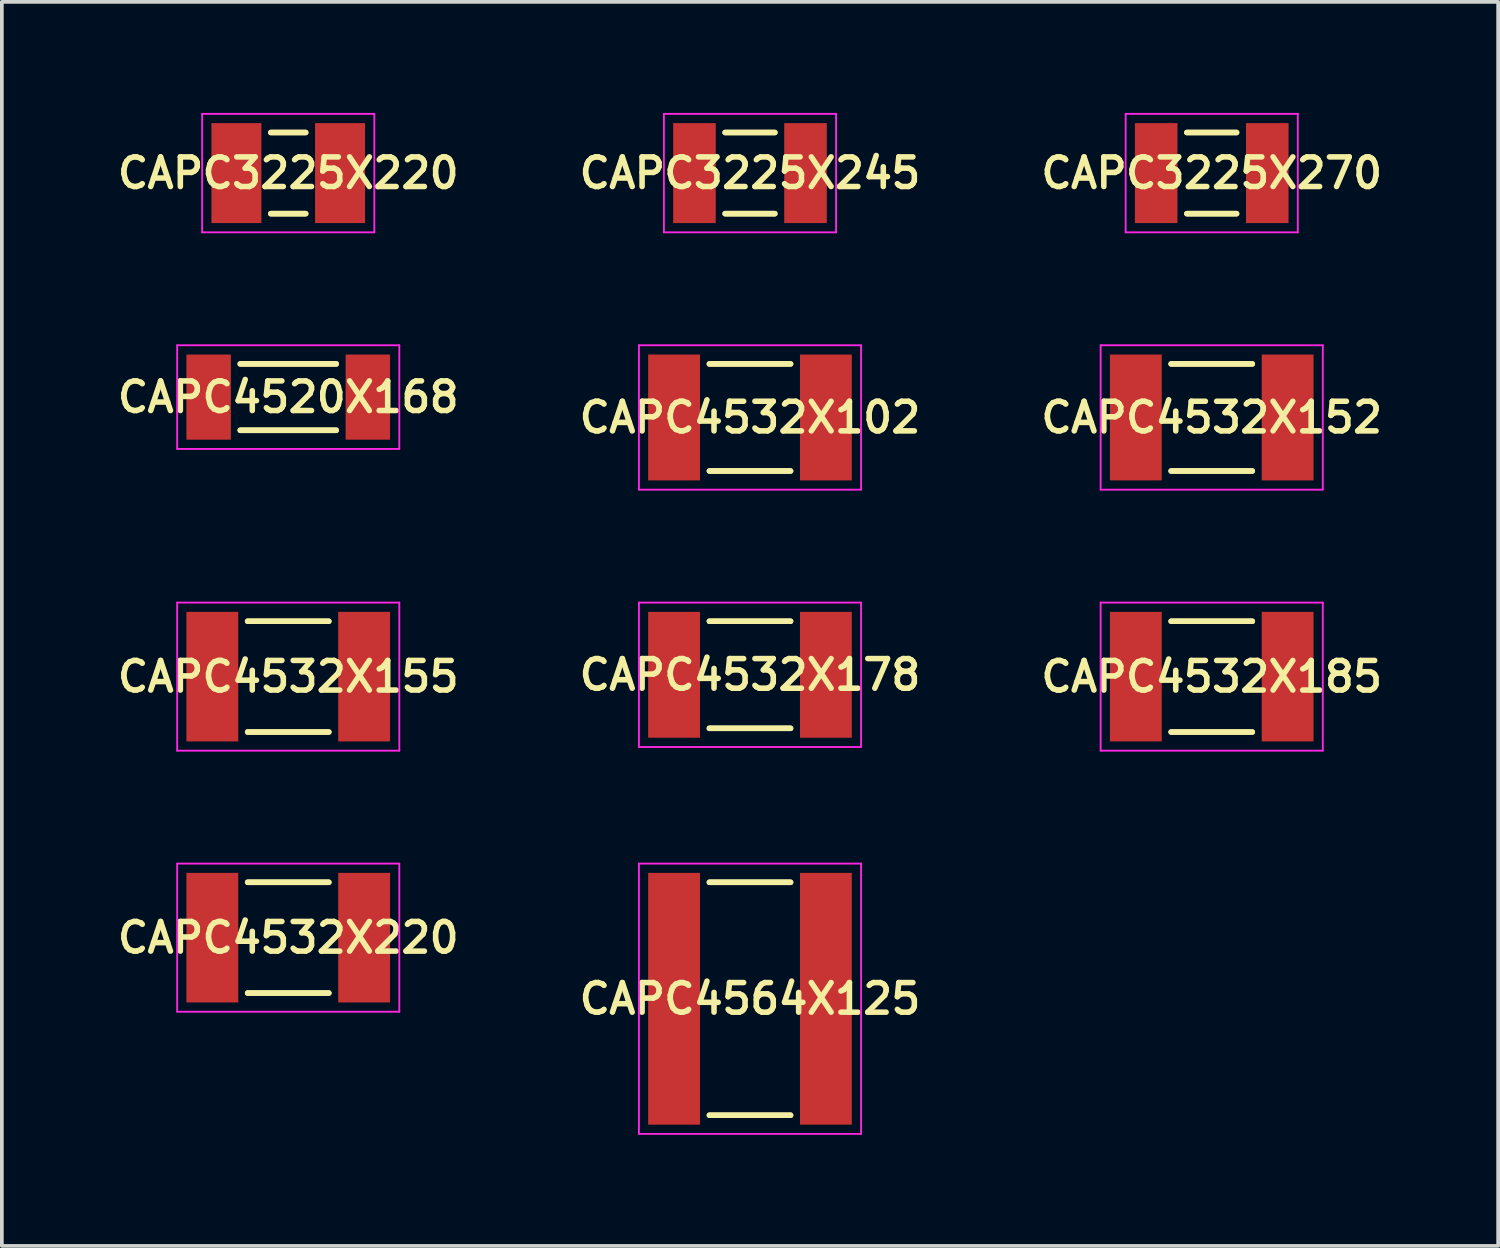
<source format=kicad_pcb>
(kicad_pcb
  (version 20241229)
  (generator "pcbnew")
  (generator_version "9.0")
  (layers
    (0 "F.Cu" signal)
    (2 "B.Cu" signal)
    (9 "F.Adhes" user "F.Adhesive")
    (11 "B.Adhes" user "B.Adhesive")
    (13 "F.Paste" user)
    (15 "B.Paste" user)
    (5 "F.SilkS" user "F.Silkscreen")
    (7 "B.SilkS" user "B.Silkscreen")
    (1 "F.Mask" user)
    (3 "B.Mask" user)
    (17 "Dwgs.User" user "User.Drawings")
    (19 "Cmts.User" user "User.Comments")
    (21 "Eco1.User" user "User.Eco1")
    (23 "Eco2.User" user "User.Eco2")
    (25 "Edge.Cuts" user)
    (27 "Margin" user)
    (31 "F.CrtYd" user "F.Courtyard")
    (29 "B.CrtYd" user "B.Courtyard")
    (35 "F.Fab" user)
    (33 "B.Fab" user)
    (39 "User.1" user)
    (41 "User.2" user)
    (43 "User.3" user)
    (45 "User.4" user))
  (footprint "CAPC4532X220"
    (layer "F.Cu")
    (at 4.735 22.275)
    (property "Reference" "CAPC4532X220" (at 0 0 0) (layer "F.SilkS") (effects (font (size 0.8 0.8) (thickness 0.15))))
    (attr smd)
    (fp_line (start -1.096 -1.496) (end 1.096 -1.496) (stroke (width 0.15) (type solid)) (layer "F.SilkS"))
    (fp_line (start -1.096 1.496) (end 1.096 1.496) (stroke (width 0.15) (type solid)) (layer "F.SilkS"))
    (fp_line (start 1.096 -1.496) (end -1.096 -1.496) (stroke (width 0.15) (type solid)) (layer "F.SilkS"))
    (fp_line (start 1.096 1.496) (end -1.096 1.496) (stroke (width 0.15) (type solid)) (layer "F.SilkS"))
    (fp_line (start -3 -2) (end 3 -2) (stroke (width 0.05) (type solid)) (layer "F.CrtYd"))
    (fp_line (start -3 2) (end -3 -2) (stroke (width 0.05) (type solid)) (layer "F.CrtYd"))
    (fp_line (start 3 -2) (end 3 2) (stroke (width 0.05) (type solid)) (layer "F.CrtYd"))
    (fp_line (start 3 2) (end -3 2) (stroke (width 0.05) (type solid)) (layer "F.CrtYd"))
    (pad "1" smd rect (at -2.05 0) (size 1.4 3.5) (layers "F.Cu" "F.Mask" "F.Paste"))
    (pad "2" smd rect (at 2.05 0) (size 1.4 3.5) (layers "F.Cu" "F.Mask" "F.Paste")))
  (footprint "CAPC3225X270"
    (layer "F.Cu")
    (at 29.677 1.625)
    (property "Reference" "CAPC3225X270" (at 0 0 0) (layer "F.SilkS") (effects (font (size 0.8 0.8) (thickness 0.15))))
    (attr smd)
    (fp_line (start -0.671 -1.096) (end 0.671 -1.096) (stroke (width 0.15) (type solid)) (layer "F.SilkS"))
    (fp_line (start -0.671 1.096) (end 0.671 1.096) (stroke (width 0.15) (type solid)) (layer "F.SilkS"))
    (fp_line (start 0.671 -1.096) (end -0.671 -1.096) (stroke (width 0.15) (type solid)) (layer "F.SilkS"))
    (fp_line (start 0.671 1.096) (end -0.671 1.096) (stroke (width 0.15) (type solid)) (layer "F.SilkS"))
    (fp_line (start -2.325 -1.6) (end 2.325 -1.6) (stroke (width 0.05) (type solid)) (layer "F.CrtYd"))
    (fp_line (start -2.325 1.6) (end -2.325 -1.6) (stroke (width 0.05) (type solid)) (layer "F.CrtYd"))
    (fp_line (start 2.325 -1.6) (end 2.325 1.6) (stroke (width 0.05) (type solid)) (layer "F.CrtYd"))
    (fp_line (start 2.325 1.6) (end -2.325 1.6) (stroke (width 0.05) (type solid)) (layer "F.CrtYd"))
    (pad "1" smd rect (at -1.5 0) (size 1.15 2.7) (layers "F.Cu" "F.Mask" "F.Paste"))
    (pad "2" smd rect (at 1.5 0) (size 1.15 2.7) (layers "F.Cu" "F.Mask" "F.Paste")))
  (footprint "CAPC3225X220"
    (layer "F.Cu")
    (at 4.735 1.625)
    (property "Reference" "CAPC3225X220" (at 0 0 0) (layer "F.SilkS") (effects (font (size 0.8 0.8) (thickness 0.15))))
    (attr smd)
    (fp_line (start -0.471 -1.096) (end 0.471 -1.096) (stroke (width 0.15) (type solid)) (layer "F.SilkS"))
    (fp_line (start -0.471 1.096) (end 0.471 1.096) (stroke (width 0.15) (type solid)) (layer "F.SilkS"))
    (fp_line (start 0.471 -1.096) (end -0.471 -1.096) (stroke (width 0.15) (type solid)) (layer "F.SilkS"))
    (fp_line (start 0.471 1.096) (end -0.471 1.096) (stroke (width 0.15) (type solid)) (layer "F.SilkS"))
    (fp_line (start -2.325 -1.6) (end 2.325 -1.6) (stroke (width 0.05) (type solid)) (layer "F.CrtYd"))
    (fp_line (start -2.325 1.6) (end -2.325 -1.6) (stroke (width 0.05) (type solid)) (layer "F.CrtYd"))
    (fp_line (start 2.325 -1.6) (end 2.325 1.6) (stroke (width 0.05) (type solid)) (layer "F.CrtYd"))
    (fp_line (start 2.325 1.6) (end -2.325 1.6) (stroke (width 0.05) (type solid)) (layer "F.CrtYd"))
    (pad "1" smd rect (at -1.4 0) (size 1.35 2.7) (layers "F.Cu" "F.Mask" "F.Paste"))
    (pad "2" smd rect (at 1.4 0) (size 1.35 2.7) (layers "F.Cu" "F.Mask" "F.Paste")))
  (footprint "CAPC4520X168"
    (layer "F.Cu")
    (at 4.735 7.675)
    (property "Reference" "CAPC4520X168" (at 0 0 0) (layer "F.SilkS") (effects (font (size 0.8 0.8) (thickness 0.15))))
    (attr smd)
    (fp_line (start -1.296 -0.896) (end 1.296 -0.896) (stroke (width 0.15) (type solid)) (layer "F.SilkS"))
    (fp_line (start -1.296 0.896) (end 1.296 0.896) (stroke (width 0.15) (type solid)) (layer "F.SilkS"))
    (fp_line (start 1.296 -0.896) (end -1.296 -0.896) (stroke (width 0.15) (type solid)) (layer "F.SilkS"))
    (fp_line (start 1.296 0.896) (end -1.296 0.896) (stroke (width 0.15) (type solid)) (layer "F.SilkS"))
    (fp_line (start -3 -1.4) (end 3 -1.4) (stroke (width 0.05) (type solid)) (layer "F.CrtYd"))
    (fp_line (start -3 1.4) (end -3 -1.4) (stroke (width 0.05) (type solid)) (layer "F.CrtYd"))
    (fp_line (start 3 -1.4) (end 3 1.4) (stroke (width 0.05) (type solid)) (layer "F.CrtYd"))
    (fp_line (start 3 1.4) (end -3 1.4) (stroke (width 0.05) (type solid)) (layer "F.CrtYd"))
    (pad "1" smd rect (at -2.15 0) (size 1.2 2.3) (layers "F.Cu" "F.Mask" "F.Paste"))
    (pad "2" smd rect (at 2.15 0) (size 1.2 2.3) (layers "F.Cu" "F.Mask" "F.Paste")))
  (footprint "CAPC4532X155"
    (layer "F.Cu")
    (at 4.735 15.225)
    (property "Reference" "CAPC4532X155" (at 0 0 0) (layer "F.SilkS") (effects (font (size 0.8 0.8) (thickness 0.15))))
    (attr smd)
    (fp_line (start -1.096 -1.496) (end 1.096 -1.496) (stroke (width 0.15) (type solid)) (layer "F.SilkS"))
    (fp_line (start -1.096 1.496) (end 1.096 1.496) (stroke (width 0.15) (type solid)) (layer "F.SilkS"))
    (fp_line (start 1.096 -1.496) (end -1.096 -1.496) (stroke (width 0.15) (type solid)) (layer "F.SilkS"))
    (fp_line (start 1.096 1.496) (end -1.096 1.496) (stroke (width 0.15) (type solid)) (layer "F.SilkS"))
    (fp_line (start -3 -2) (end 3 -2) (stroke (width 0.05) (type solid)) (layer "F.CrtYd"))
    (fp_line (start -3 2) (end -3 -2) (stroke (width 0.05) (type solid)) (layer "F.CrtYd"))
    (fp_line (start 3 -2) (end 3 2) (stroke (width 0.05) (type solid)) (layer "F.CrtYd"))
    (fp_line (start 3 2) (end -3 2) (stroke (width 0.05) (type solid)) (layer "F.CrtYd"))
    (pad "1" smd rect (at -2.05 0) (size 1.4 3.5) (layers "F.Cu" "F.Mask" "F.Paste"))
    (pad "2" smd rect (at 2.05 0) (size 1.4 3.5) (layers "F.Cu" "F.Mask" "F.Paste")))
  (footprint "CAPC4532X152"
    (layer "F.Cu")
    (at 29.677 8.225)
    (property "Reference" "CAPC4532X152" (at 0 0 0) (layer "F.SilkS") (effects (font (size 0.8 0.8) (thickness 0.15))))
    (attr smd)
    (fp_line (start -1.096 -1.446) (end 1.096 -1.446) (stroke (width 0.15) (type solid)) (layer "F.SilkS"))
    (fp_line (start -1.096 1.446) (end 1.096 1.446) (stroke (width 0.15) (type solid)) (layer "F.SilkS"))
    (fp_line (start 1.096 -1.446) (end -1.096 -1.446) (stroke (width 0.15) (type solid)) (layer "F.SilkS"))
    (fp_line (start 1.096 1.446) (end -1.096 1.446) (stroke (width 0.15) (type solid)) (layer "F.SilkS"))
    (fp_line (start -3 -1.95) (end 3 -1.95) (stroke (width 0.05) (type solid)) (layer "F.CrtYd"))
    (fp_line (start -3 1.95) (end -3 -1.95) (stroke (width 0.05) (type solid)) (layer "F.CrtYd"))
    (fp_line (start 3 -1.95) (end 3 1.95) (stroke (width 0.05) (type solid)) (layer "F.CrtYd"))
    (fp_line (start 3 1.95) (end -3 1.95) (stroke (width 0.05) (type solid)) (layer "F.CrtYd"))
    (pad "1" smd rect (at -2.05 0) (size 1.4 3.4) (layers "F.Cu" "F.Mask" "F.Paste"))
    (pad "2" smd rect (at 2.05 0) (size 1.4 3.4) (layers "F.Cu" "F.Mask" "F.Paste")))
  (footprint "CAPC4532X178"
    (layer "F.Cu")
    (at 17.206 15.175)
    (property "Reference" "CAPC4532X178" (at 0 0 0) (layer "F.SilkS") (effects (font (size 0.8 0.8) (thickness 0.15))))
    (attr smd)
    (fp_line (start -1.096 -1.446) (end 1.096 -1.446) (stroke (width 0.15) (type solid)) (layer "F.SilkS"))
    (fp_line (start -1.096 1.446) (end 1.096 1.446) (stroke (width 0.15) (type solid)) (layer "F.SilkS"))
    (fp_line (start 1.096 -1.446) (end -1.096 -1.446) (stroke (width 0.15) (type solid)) (layer "F.SilkS"))
    (fp_line (start 1.096 1.446) (end -1.096 1.446) (stroke (width 0.15) (type solid)) (layer "F.SilkS"))
    (fp_line (start -3 -1.95) (end 3 -1.95) (stroke (width 0.05) (type solid)) (layer "F.CrtYd"))
    (fp_line (start -3 1.95) (end -3 -1.95) (stroke (width 0.05) (type solid)) (layer "F.CrtYd"))
    (fp_line (start 3 -1.95) (end 3 1.95) (stroke (width 0.05) (type solid)) (layer "F.CrtYd"))
    (fp_line (start 3 1.95) (end -3 1.95) (stroke (width 0.05) (type solid)) (layer "F.CrtYd"))
    (pad "1" smd rect (at -2.05 0) (size 1.4 3.4) (layers "F.Cu" "F.Mask" "F.Paste"))
    (pad "2" smd rect (at 2.05 0) (size 1.4 3.4) (layers "F.Cu" "F.Mask" "F.Paste")))
  (footprint "CAPC4532X102"
    (layer "F.Cu")
    (at 17.206 8.225)
    (property "Reference" "CAPC4532X102" (at 0 0 0) (layer "F.SilkS") (effects (font (size 0.8 0.8) (thickness 0.15))))
    (attr smd)
    (fp_line (start -1.096 -1.446) (end 1.096 -1.446) (stroke (width 0.15) (type solid)) (layer "F.SilkS"))
    (fp_line (start -1.096 1.446) (end 1.096 1.446) (stroke (width 0.15) (type solid)) (layer "F.SilkS"))
    (fp_line (start 1.096 -1.446) (end -1.096 -1.446) (stroke (width 0.15) (type solid)) (layer "F.SilkS"))
    (fp_line (start 1.096 1.446) (end -1.096 1.446) (stroke (width 0.15) (type solid)) (layer "F.SilkS"))
    (fp_line (start -3 -1.95) (end 3 -1.95) (stroke (width 0.05) (type solid)) (layer "F.CrtYd"))
    (fp_line (start -3 1.95) (end -3 -1.95) (stroke (width 0.05) (type solid)) (layer "F.CrtYd"))
    (fp_line (start 3 -1.95) (end 3 1.95) (stroke (width 0.05) (type solid)) (layer "F.CrtYd"))
    (fp_line (start 3 1.95) (end -3 1.95) (stroke (width 0.05) (type solid)) (layer "F.CrtYd"))
    (pad "1" smd rect (at -2.05 0) (size 1.4 3.4) (layers "F.Cu" "F.Mask" "F.Paste"))
    (pad "2" smd rect (at 2.05 0) (size 1.4 3.4) (layers "F.Cu" "F.Mask" "F.Paste")))
  (footprint "CAPC3225X245"
    (layer "F.Cu")
    (at 17.206 1.625)
    (property "Reference" "CAPC3225X245" (at 0 0 0) (layer "F.SilkS") (effects (font (size 0.8 0.8) (thickness 0.15))))
    (attr smd)
    (fp_line (start -0.671 -1.096) (end 0.671 -1.096) (stroke (width 0.15) (type solid)) (layer "F.SilkS"))
    (fp_line (start -0.671 1.096) (end 0.671 1.096) (stroke (width 0.15) (type solid)) (layer "F.SilkS"))
    (fp_line (start 0.671 -1.096) (end -0.671 -1.096) (stroke (width 0.15) (type solid)) (layer "F.SilkS"))
    (fp_line (start 0.671 1.096) (end -0.671 1.096) (stroke (width 0.15) (type solid)) (layer "F.SilkS"))
    (fp_line (start -2.325 -1.6) (end 2.325 -1.6) (stroke (width 0.05) (type solid)) (layer "F.CrtYd"))
    (fp_line (start -2.325 1.6) (end -2.325 -1.6) (stroke (width 0.05) (type solid)) (layer "F.CrtYd"))
    (fp_line (start 2.325 -1.6) (end 2.325 1.6) (stroke (width 0.05) (type solid)) (layer "F.CrtYd"))
    (fp_line (start 2.325 1.6) (end -2.325 1.6) (stroke (width 0.05) (type solid)) (layer "F.CrtYd"))
    (pad "1" smd rect (at -1.5 0) (size 1.15 2.7) (layers "F.Cu" "F.Mask" "F.Paste"))
    (pad "2" smd rect (at 1.5 0) (size 1.15 2.7) (layers "F.Cu" "F.Mask" "F.Paste")))
  (footprint "CAPC4564X125"
    (layer "F.Cu")
    (at 17.206 23.925)
    (property "Reference" "CAPC4564X125" (at 0 0 0) (layer "F.SilkS") (effects (font (size 0.8 0.8) (thickness 0.15))))
    (attr smd)
    (fp_line (start -1.096 -3.146) (end 1.096 -3.146) (stroke (width 0.15) (type solid)) (layer "F.SilkS"))
    (fp_line (start -1.096 3.146) (end 1.096 3.146) (stroke (width 0.15) (type solid)) (layer "F.SilkS"))
    (fp_line (start 1.096 -3.146) (end -1.096 -3.146) (stroke (width 0.15) (type solid)) (layer "F.SilkS"))
    (fp_line (start 1.096 3.146) (end -1.096 3.146) (stroke (width 0.15) (type solid)) (layer "F.SilkS"))
    (fp_line (start -3 -3.65) (end 3 -3.65) (stroke (width 0.05) (type solid)) (layer "F.CrtYd"))
    (fp_line (start -3 3.65) (end -3 -3.65) (stroke (width 0.05) (type solid)) (layer "F.CrtYd"))
    (fp_line (start 3 -3.65) (end 3 3.65) (stroke (width 0.05) (type solid)) (layer "F.CrtYd"))
    (fp_line (start 3 3.65) (end -3 3.65) (stroke (width 0.05) (type solid)) (layer "F.CrtYd"))
    (pad "1" smd rect (at -2.05 0) (size 1.4 6.8) (layers "F.Cu" "F.Mask" "F.Paste"))
    (pad "2" smd rect (at 2.05 0) (size 1.4 6.8) (layers "F.Cu" "F.Mask" "F.Paste")))
  (footprint "CAPC4532X185"
    (layer "F.Cu")
    (at 29.677 15.225)
    (property "Reference" "CAPC4532X185" (at 0 0 0) (layer "F.SilkS") (effects (font (size 0.8 0.8) (thickness 0.15))))
    (attr smd)
    (fp_line (start -1.096 -1.496) (end 1.096 -1.496) (stroke (width 0.15) (type solid)) (layer "F.SilkS"))
    (fp_line (start -1.096 1.496) (end 1.096 1.496) (stroke (width 0.15) (type solid)) (layer "F.SilkS"))
    (fp_line (start 1.096 -1.496) (end -1.096 -1.496) (stroke (width 0.15) (type solid)) (layer "F.SilkS"))
    (fp_line (start 1.096 1.496) (end -1.096 1.496) (stroke (width 0.15) (type solid)) (layer "F.SilkS"))
    (fp_line (start -3 -2) (end 3 -2) (stroke (width 0.05) (type solid)) (layer "F.CrtYd"))
    (fp_line (start -3 2) (end -3 -2) (stroke (width 0.05) (type solid)) (layer "F.CrtYd"))
    (fp_line (start 3 -2) (end 3 2) (stroke (width 0.05) (type solid)) (layer "F.CrtYd"))
    (fp_line (start 3 2) (end -3 2) (stroke (width 0.05) (type solid)) (layer "F.CrtYd"))
    (pad "1" smd rect (at -2.05 0) (size 1.4 3.5) (layers "F.Cu" "F.Mask" "F.Paste"))
    (pad "2" smd rect (at 2.05 0) (size 1.4 3.5) (layers "F.Cu" "F.Mask" "F.Paste")))
  (gr_rect
    (start -3 -3)
    (end 37.413 30.6)
    (stroke (width 0.1) (type default))
    (fill no)
    (layer "Edge.Cuts")))
</source>
